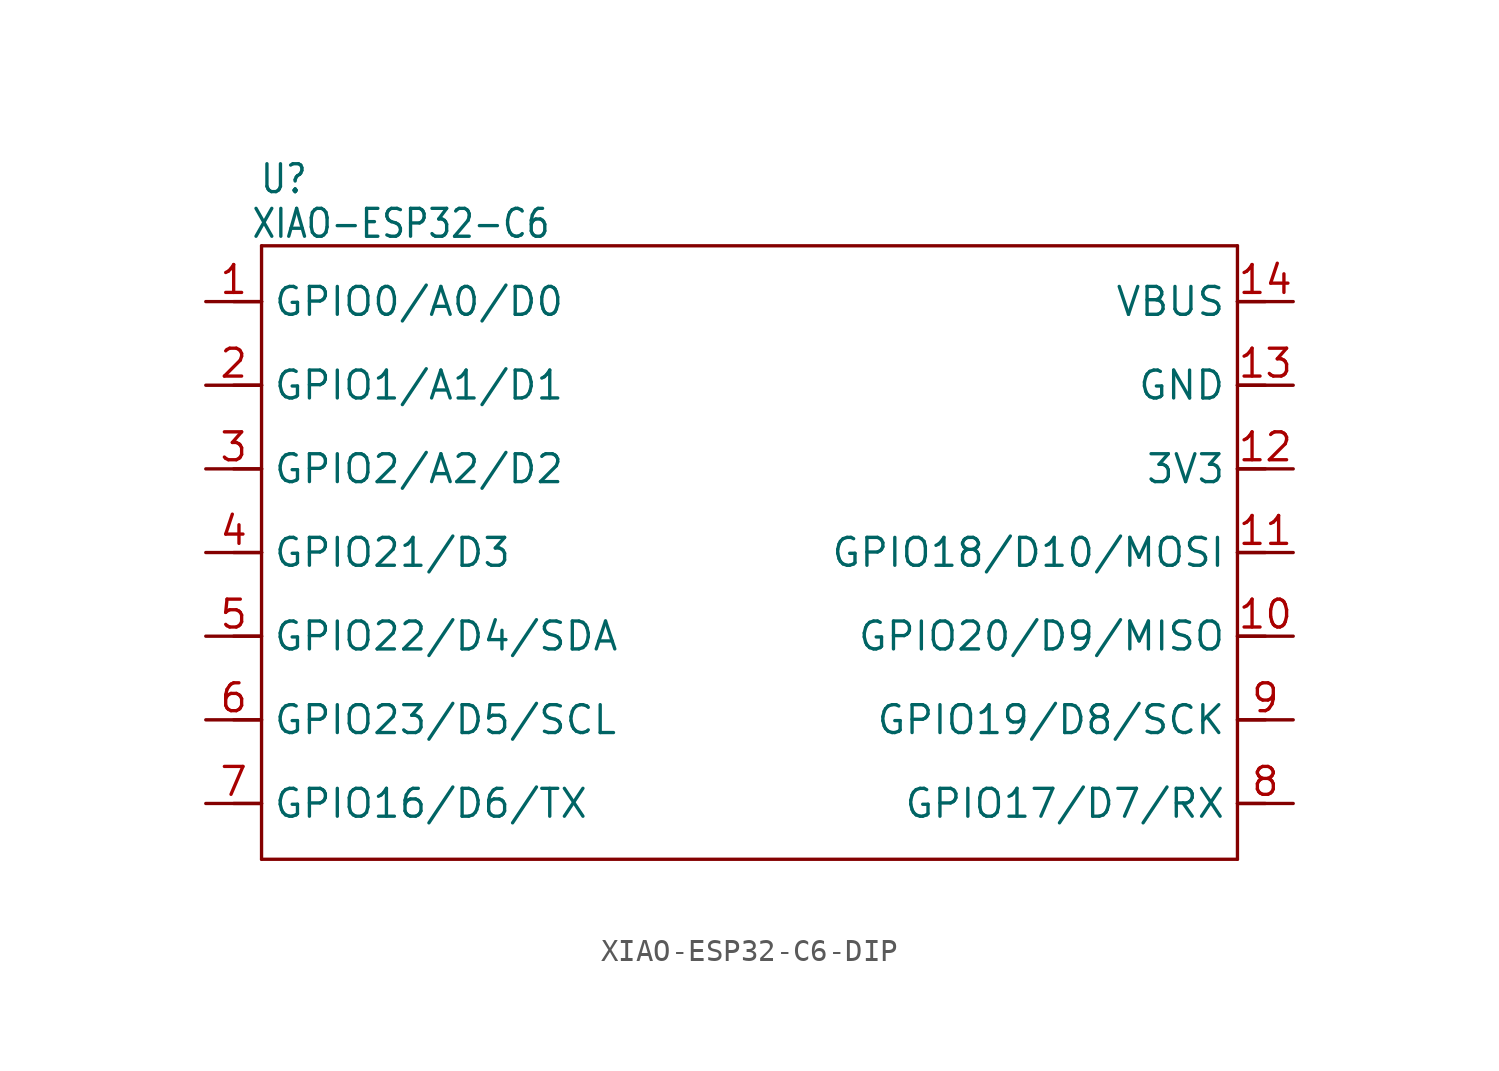
<source format=kicad_sym>
(kicad_symbol_lib
  (version 20231120)
  (generator "kicad_symbol_editor")
  (generator_version "8.0")
  (symbol "XIAO-ESP32-C6-DIP"
    (property "Reference" "U"
      (at -20.574 17.018 0)
      (effects (font (size 1.27 1.079))))
    (property "Value" "XIAO-ESP32-C6"
      (at -15.24 14.986 0)
      (effects (font (size 1.27 1.079))))
    (property "Rating" ""
      (at 0 0 0)
      (effects (font (size 1.27 1.27))))
    (symbol "XIAO-ESP32-C6-DIP_1_0"
      (polyline (pts (xy -21.59 -13.97) (xy -21.59 0)) (stroke (width 0.152) (type solid)) (fill (type none)))
      (polyline (pts (xy -21.59 -11.43) (xy -22.86 -11.43)) (stroke (width 0.152) (type solid)) (fill (type none)))
      (polyline (pts (xy -21.59 -7.62) (xy -22.86 -7.62)) (stroke (width 0.152) (type solid)) (fill (type none)))
      (polyline (pts (xy -21.59 -3.81) (xy -22.86 -3.81)) (stroke (width 0.152) (type solid)) (fill (type none)))
      (polyline (pts (xy -21.59 0) (xy -22.86 0)) (stroke (width 0.152) (type solid)) (fill (type none)))
      (polyline (pts (xy -21.59 0) (xy -21.59 3.81)) (stroke (width 0.152) (type solid)) (fill (type none)))
      (polyline (pts (xy -21.59 3.81) (xy -22.86 3.81)) (stroke (width 0.152) (type solid)) (fill (type none)))
      (polyline (pts (xy -21.59 3.81) (xy -21.59 7.62)) (stroke (width 0.152) (type solid)) (fill (type none)))
      (polyline (pts (xy -21.59 7.62) (xy -22.86 7.62)) (stroke (width 0.152) (type solid)) (fill (type none)))
      (polyline (pts (xy -21.59 7.62) (xy -21.59 11.43)) (stroke (width 0.152) (type solid)) (fill (type none)))
      (polyline (pts (xy -21.59 11.43) (xy -22.86 11.43)) (stroke (width 0.152) (type solid)) (fill (type none)))
      (polyline (pts (xy -21.59 11.43) (xy -21.59 13.97)) (stroke (width 0.152) (type solid)) (fill (type none)))
      (polyline (pts (xy -21.59 13.97) (xy 22.86 13.97)) (stroke (width 0.152) (type solid)) (fill (type none)))
      (polyline (pts (xy 22.86 -13.97) (xy -21.59 -13.97)) (stroke (width 0.152) (type solid)) (fill (type none)))
      (polyline (pts (xy 22.86 3.81) (xy 22.86 -13.97)) (stroke (width 0.152) (type solid)) (fill (type none)))
      (polyline (pts (xy 22.86 7.62) (xy 22.86 3.81)) (stroke (width 0.152) (type solid)) (fill (type none)))
      (polyline (pts (xy 22.86 11.43) (xy 22.86 7.62)) (stroke (width 0.152) (type solid)) (fill (type none)))
      (polyline (pts (xy 22.86 13.97) (xy 22.86 11.43)) (stroke (width 0.152) (type solid)) (fill (type none)))
      (polyline (pts (xy 24.13 -11.43) (xy 22.86 -11.43)) (stroke (width 0.152) (type solid)) (fill (type none)))
      (polyline (pts (xy 24.13 -7.62) (xy 22.86 -7.62)) (stroke (width 0.152) (type solid)) (fill (type none)))
      (polyline (pts (xy 24.13 -3.81) (xy 22.86 -3.81)) (stroke (width 0.152) (type solid)) (fill (type none)))
      (polyline (pts (xy 24.13 0) (xy 22.86 0)) (stroke (width 0.152) (type solid)) (fill (type none)))
      (polyline (pts (xy 24.13 3.81) (xy 22.86 3.81)) (stroke (width 0.152) (type solid)) (fill (type none)))
      (polyline (pts (xy 24.13 7.62) (xy 22.86 7.62)) (stroke (width 0.152) (type solid)) (fill (type none)))
      (polyline (pts (xy 24.13 11.43) (xy 22.86 11.43)) (stroke (width 0.152) (type solid)) (fill (type none)))
      (pin passive line (at -24.13 11.43 0) (length 2.54) (name "GPIO0/A0/D0" (effects (font (size 1.27 1.27)))) (number "1" (effects (font (size 1.27 1.27)))))
      (pin passive line (at 25.4 -3.81 180) (length 2.54) (name "GPIO20/D9/MISO" (effects (font (size 1.27 1.27)))) (number "10" (effects (font (size 1.27 1.27)))))
      (pin passive line (at 25.4 0 180) (length 2.54) (name "GPIO18/D10/MOSI" (effects (font (size 1.27 1.27)))) (number "11" (effects (font (size 1.27 1.27)))))
      (pin passive line (at 25.4 3.81 180) (length 2.54) (name "3V3" (effects (font (size 1.27 1.27)))) (number "12" (effects (font (size 1.27 1.27)))))
      (pin passive line (at 25.4 7.62 180) (length 2.54) (name "GND" (effects (font (size 1.27 1.27)))) (number "13" (effects (font (size 1.27 1.27)))))
      (pin passive line (at 25.4 11.43 180) (length 2.54) (name "VBUS" (effects (font (size 1.27 1.27)))) (number "14" (effects (font (size 1.27 1.27)))))
      (pin passive line (at -24.13 7.62 0) (length 2.54) (name "GPIO1/A1/D1" (effects (font (size 1.27 1.27)))) (number "2" (effects (font (size 1.27 1.27)))))
      (pin passive line (at -24.13 3.81 0) (length 2.54) (name "GPIO2/A2/D2" (effects (font (size 1.27 1.27)))) (number "3" (effects (font (size 1.27 1.27)))))
      (pin passive line (at -24.13 0 0) (length 2.54) (name "GPIO21/D3" (effects (font (size 1.27 1.27)))) (number "4" (effects (font (size 1.27 1.27)))))
      (pin passive line (at -24.13 -3.81 0) (length 2.54) (name "GPIO22/D4/SDA" (effects (font (size 1.27 1.27)))) (number "5" (effects (font (size 1.27 1.27)))))
      (pin passive line (at -24.13 -7.62 0) (length 2.54) (name "GPIO23/D5/SCL" (effects (font (size 1.27 1.27)))) (number "6" (effects (font (size 1.27 1.27)))))
      (pin passive line (at -24.13 -11.43 0) (length 2.54) (name "GPIO16/D6/TX" (effects (font (size 1.27 1.27)))) (number "7" (effects (font (size 1.27 1.27)))))
      (pin passive line (at 25.4 -11.43 180) (length 2.54) (name "GPIO17/D7/RX" (effects (font (size 1.27 1.27)))) (number "8" (effects (font (size 1.27 1.27)))))
      (pin passive line (at 25.4 -7.62 180) (length 2.54) (name "GPIO19/D8/SCK" (effects (font (size 1.27 1.27)))) (number "9" (effects (font (size 1.27 1.27))))))))
</source>
